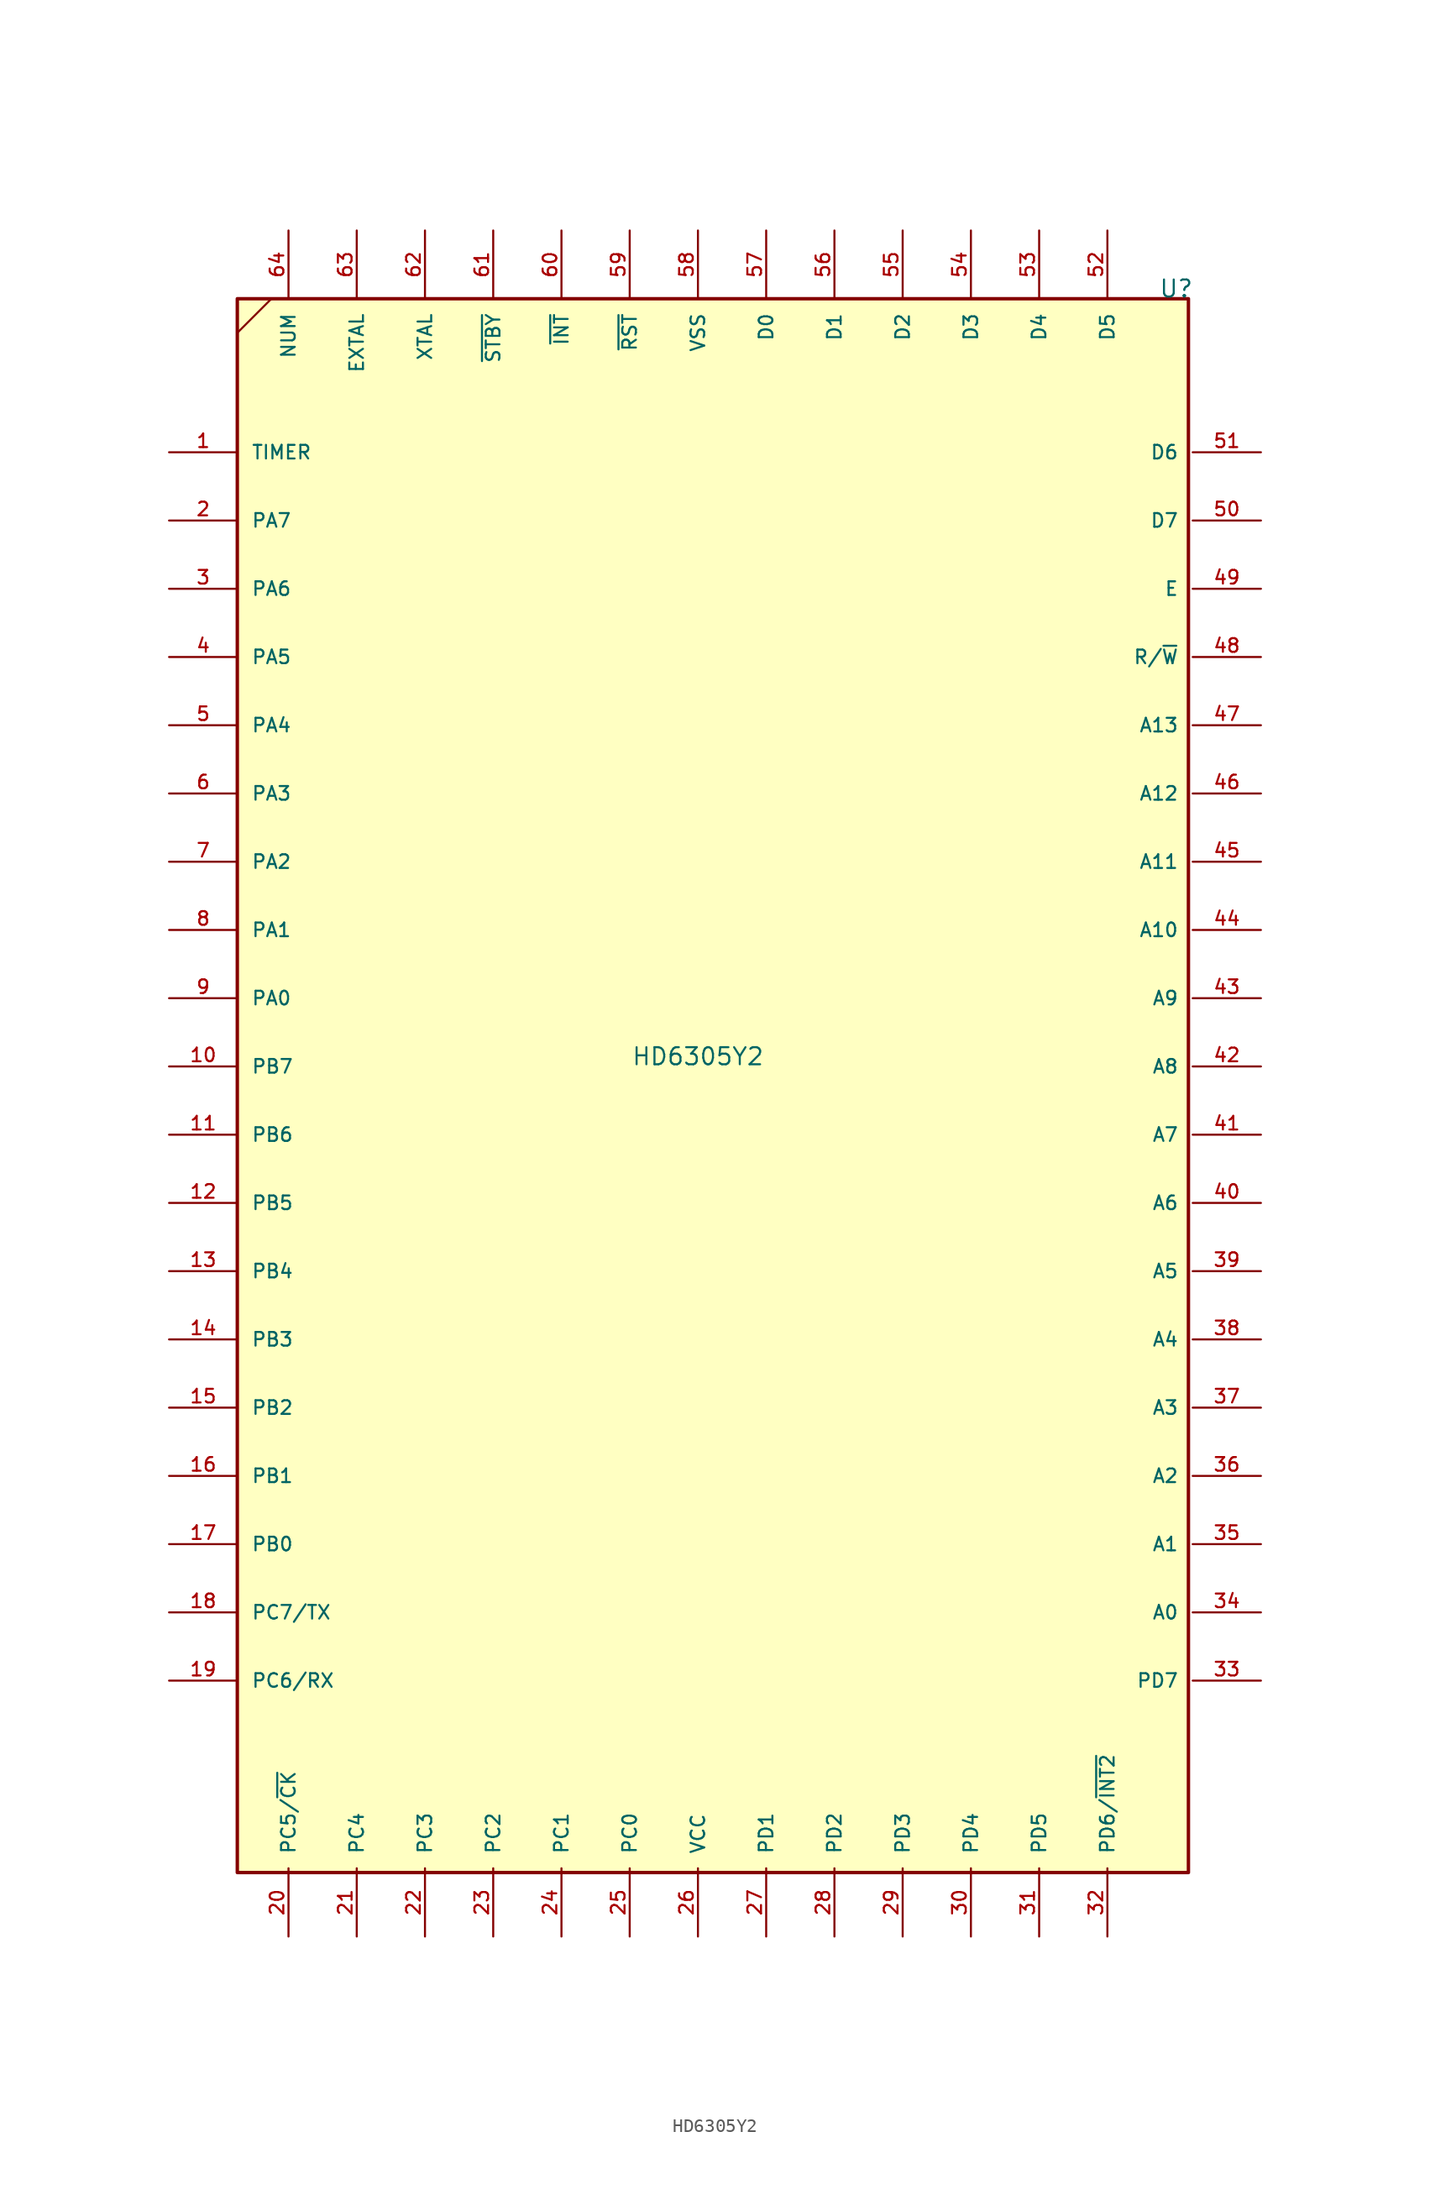
<source format=kicad_sym>
(kicad_symbol_lib
  (version 20211014)
  (generator kicad_symbol_editor)
  (symbol "HD6305Y2"
    (pin_names
      (offset 1.016))
    (property "Reference" "U"
      (at 34.29 57.15 0)
      (effects (font (size 1.27 1.27)) (justify left bottom)))
    (property "Value" "HD6305Y2"
      (at 0 0 0)
      (effects (font (size 1.27 1.27)) (justify bottom)))
    (symbol "HD6305Y2_0_0"
      (rectangle (start -34.29 57.15) (end 36.513 -60.008) (stroke (width 0.254) (type default) (color 0 0 0 0)) (fill (type background)))
      (pin input line (at -39.37 45.72 0) (length 5.08) (name "TIMER" (effects (font (size 1.016 1.016)))) (number "1" (effects (font (size 1.016 1.016)))))
      (pin bidirectional line (at -39.37 0 0) (length 5.08) (name "PB7" (effects (font (size 1.016 1.016)))) (number "10" (effects (font (size 1.016 1.016)))))
      (pin bidirectional line (at -39.37 -5.08 0) (length 5.08) (name "PB6" (effects (font (size 1.016 1.016)))) (number "11" (effects (font (size 1.016 1.016)))))
      (pin bidirectional line (at -39.37 -10.16 0) (length 5.08) (name "PB5" (effects (font (size 1.016 1.016)))) (number "12" (effects (font (size 1.016 1.016)))))
      (pin bidirectional line (at -39.37 -15.24 0) (length 5.08) (name "PB4" (effects (font (size 1.016 1.016)))) (number "13" (effects (font (size 1.016 1.016)))))
      (pin bidirectional line (at -39.37 -20.32 0) (length 5.08) (name "PB3" (effects (font (size 1.016 1.016)))) (number "14" (effects (font (size 1.016 1.016)))))
      (pin bidirectional line (at -39.37 -25.4 0) (length 5.08) (name "PB2" (effects (font (size 1.016 1.016)))) (number "15" (effects (font (size 1.016 1.016)))))
      (pin bidirectional line (at -39.37 -30.48 0) (length 5.08) (name "PB1" (effects (font (size 1.016 1.016)))) (number "16" (effects (font (size 1.016 1.016)))))
      (pin bidirectional line (at -39.37 -35.56 0) (length 5.08) (name "PB0" (effects (font (size 1.016 1.016)))) (number "17" (effects (font (size 1.016 1.016)))))
      (pin bidirectional line (at -39.37 -40.64 0) (length 5.08) (name "PC7/TX" (effects (font (size 1.016 1.016)))) (number "18" (effects (font (size 1.016 1.016)))))
      (pin bidirectional line (at -39.37 -45.72 0) (length 5.08) (name "PC6/RX" (effects (font (size 1.016 1.016)))) (number "19" (effects (font (size 1.016 1.016)))))
      (pin bidirectional line (at -39.37 40.64 0) (length 5.08) (name "PA7" (effects (font (size 1.016 1.016)))) (number "2" (effects (font (size 1.016 1.016)))))
      (pin bidirectional line (at -30.48 -64.77 90) (length 5.08) (name "PC5/~{CK}" (effects (font (size 1.016 1.016)))) (number "20" (effects (font (size 1.016 1.016)))))
      (pin bidirectional line (at -25.4 -64.77 90) (length 5.08) (name "PC4" (effects (font (size 1.016 1.016)))) (number "21" (effects (font (size 1.016 1.016)))))
      (pin bidirectional line (at -20.32 -64.77 90) (length 5.08) (name "PC3" (effects (font (size 1.016 1.016)))) (number "22" (effects (font (size 1.016 1.016)))))
      (pin bidirectional line (at -15.24 -64.77 90) (length 5.08) (name "PC2" (effects (font (size 1.016 1.016)))) (number "23" (effects (font (size 1.016 1.016)))))
      (pin bidirectional line (at -10.16 -64.77 90) (length 5.08) (name "PC1" (effects (font (size 1.016 1.016)))) (number "24" (effects (font (size 1.016 1.016)))))
      (pin bidirectional line (at -5.08 -64.77 90) (length 5.08) (name "PC0" (effects (font (size 1.016 1.016)))) (number "25" (effects (font (size 1.016 1.016)))))
      (pin power_in line (at 0 -64.77 90) (length 5.08) (name "VCC" (effects (font (size 1.016 1.016)))) (number "26" (effects (font (size 1.016 1.016)))))
      (pin input line (at 5.08 -64.77 90) (length 5.08) (name "PD1" (effects (font (size 1.016 1.016)))) (number "27" (effects (font (size 1.016 1.016)))))
      (pin input line (at 10.16 -64.77 90) (length 5.08) (name "PD2" (effects (font (size 1.016 1.016)))) (number "28" (effects (font (size 1.016 1.016)))))
      (pin input line (at 15.24 -64.77 90) (length 5.08) (name "PD3" (effects (font (size 1.016 1.016)))) (number "29" (effects (font (size 1.016 1.016)))))
      (pin bidirectional line (at -39.37 35.56 0) (length 5.08) (name "PA6" (effects (font (size 1.016 1.016)))) (number "3" (effects (font (size 1.016 1.016)))))
      (pin input line (at 20.32 -64.77 90) (length 5.08) (name "PD4" (effects (font (size 1.016 1.016)))) (number "30" (effects (font (size 1.016 1.016)))))
      (pin input line (at 25.4 -64.77 90) (length 5.08) (name "PD5" (effects (font (size 1.016 1.016)))) (number "31" (effects (font (size 1.016 1.016)))))
      (pin input line (at 30.48 -64.77 90) (length 5.08) (name "PD6/~{INT2}" (effects (font (size 1.016 1.016)))) (number "32" (effects (font (size 1.016 1.016)))))
      (pin input line (at 41.91 -45.72 180) (length 5.08) (name "PD7" (effects (font (size 1.016 1.016)))) (number "33" (effects (font (size 1.016 1.016)))))
      (pin output line (at 41.91 -40.64 180) (length 5.08) (name "A0" (effects (font (size 1.016 1.016)))) (number "34" (effects (font (size 1.016 1.016)))))
      (pin output line (at 41.91 -35.56 180) (length 5.08) (name "A1" (effects (font (size 1.016 1.016)))) (number "35" (effects (font (size 1.016 1.016)))))
      (pin output line (at 41.91 -30.48 180) (length 5.08) (name "A2" (effects (font (size 1.016 1.016)))) (number "36" (effects (font (size 1.016 1.016)))))
      (pin output line (at 41.91 -25.4 180) (length 5.08) (name "A3" (effects (font (size 1.016 1.016)))) (number "37" (effects (font (size 1.016 1.016)))))
      (pin output line (at 41.91 -20.32 180) (length 5.08) (name "A4" (effects (font (size 1.016 1.016)))) (number "38" (effects (font (size 1.016 1.016)))))
      (pin output line (at 41.91 -15.24 180) (length 5.08) (name "A5" (effects (font (size 1.016 1.016)))) (number "39" (effects (font (size 1.016 1.016)))))
      (pin bidirectional line (at -39.37 30.48 0) (length 5.08) (name "PA5" (effects (font (size 1.016 1.016)))) (number "4" (effects (font (size 1.016 1.016)))))
      (pin output line (at 41.91 -10.16 180) (length 5.08) (name "A6" (effects (font (size 1.016 1.016)))) (number "40" (effects (font (size 1.016 1.016)))))
      (pin output line (at 41.91 -5.08 180) (length 5.08) (name "A7" (effects (font (size 1.016 1.016)))) (number "41" (effects (font (size 1.016 1.016)))))
      (pin output line (at 41.91 0 180) (length 5.08) (name "A8" (effects (font (size 1.016 1.016)))) (number "42" (effects (font (size 1.016 1.016)))))
      (pin output line (at 41.91 5.08 180) (length 5.08) (name "A9" (effects (font (size 1.016 1.016)))) (number "43" (effects (font (size 1.016 1.016)))))
      (pin output line (at 41.91 10.16 180) (length 5.08) (name "A10" (effects (font (size 1.016 1.016)))) (number "44" (effects (font (size 1.016 1.016)))))
      (pin output line (at 41.91 15.24 180) (length 5.08) (name "A11" (effects (font (size 1.016 1.016)))) (number "45" (effects (font (size 1.016 1.016)))))
      (pin output line (at 41.91 20.32 180) (length 5.08) (name "A12" (effects (font (size 1.016 1.016)))) (number "46" (effects (font (size 1.016 1.016)))))
      (pin output line (at 41.91 25.4 180) (length 5.08) (name "A13" (effects (font (size 1.016 1.016)))) (number "47" (effects (font (size 1.016 1.016)))))
      (pin output line (at 41.91 30.48 180) (length 5.08) (name "R/~{W}" (effects (font (size 1.016 1.016)))) (number "48" (effects (font (size 1.016 1.016)))))
      (pin output line (at 41.91 35.56 180) (length 5.08) (name "E" (effects (font (size 1.016 1.016)))) (number "49" (effects (font (size 1.016 1.016)))))
      (pin bidirectional line (at -39.37 25.4 0) (length 5.08) (name "PA4" (effects (font (size 1.016 1.016)))) (number "5" (effects (font (size 1.016 1.016)))))
      (pin bidirectional line (at 41.91 40.64 180) (length 5.08) (name "D7" (effects (font (size 1.016 1.016)))) (number "50" (effects (font (size 1.016 1.016)))))
      (pin bidirectional line (at 41.91 45.72 180) (length 5.08) (name "D6" (effects (font (size 1.016 1.016)))) (number "51" (effects (font (size 1.016 1.016)))))
      (pin bidirectional line (at 30.48 62.23 270) (length 5.08) (name "D5" (effects (font (size 1.016 1.016)))) (number "52" (effects (font (size 1.016 1.016)))))
      (pin bidirectional line (at 25.4 62.23 270) (length 5.08) (name "D4" (effects (font (size 1.016 1.016)))) (number "53" (effects (font (size 1.016 1.016)))))
      (pin bidirectional line (at 20.32 62.23 270) (length 5.08) (name "D3" (effects (font (size 1.016 1.016)))) (number "54" (effects (font (size 1.016 1.016)))))
      (pin bidirectional line (at 15.24 62.23 270) (length 5.08) (name "D2" (effects (font (size 1.016 1.016)))) (number "55" (effects (font (size 1.016 1.016)))))
      (pin bidirectional line (at 10.16 62.23 270) (length 5.08) (name "D1" (effects (font (size 1.016 1.016)))) (number "56" (effects (font (size 1.016 1.016)))))
      (pin bidirectional line (at 5.08 62.23 270) (length 5.08) (name "D0" (effects (font (size 1.016 1.016)))) (number "57" (effects (font (size 1.016 1.016)))))
      (pin power_in line (at 0 62.23 270) (length 5.08) (name "VSS" (effects (font (size 1.016 1.016)))) (number "58" (effects (font (size 1.016 1.016)))))
      (pin input line (at -5.08 62.23 270) (length 5.08) (name "~{RST}" (effects (font (size 1.016 1.016)))) (number "59" (effects (font (size 1.016 1.016)))))
      (pin bidirectional line (at -39.37 20.32 0) (length 5.08) (name "PA3" (effects (font (size 1.016 1.016)))) (number "6" (effects (font (size 1.016 1.016)))))
      (pin input line (at -10.16 62.23 270) (length 5.08) (name "~{INT}" (effects (font (size 1.016 1.016)))) (number "60" (effects (font (size 1.016 1.016)))))
      (pin input line (at -15.24 62.23 270) (length 5.08) (name "~{STBY}" (effects (font (size 1.016 1.016)))) (number "61" (effects (font (size 1.016 1.016)))))
      (pin bidirectional line (at -20.32 62.23 270) (length 5.08) (name "XTAL" (effects (font (size 1.016 1.016)))) (number "62" (effects (font (size 1.016 1.016)))))
      (pin input line (at -25.4 62.23 270) (length 5.08) (name "EXTAL" (effects (font (size 1.016 1.016)))) (number "63" (effects (font (size 1.016 1.016)))))
      (pin bidirectional line (at -30.48 62.23 270) (length 5.08) (name "NUM" (effects (font (size 1.016 1.016)))) (number "64" (effects (font (size 1.016 1.016)))))
      (pin bidirectional line (at -39.37 15.24 0) (length 5.08) (name "PA2" (effects (font (size 1.016 1.016)))) (number "7" (effects (font (size 1.016 1.016)))))
      (pin bidirectional line (at -39.37 10.16 0) (length 5.08) (name "PA1" (effects (font (size 1.016 1.016)))) (number "8" (effects (font (size 1.016 1.016)))))
      (pin bidirectional line (at -39.37 5.08 0) (length 5.08) (name "PA0" (effects (font (size 1.016 1.016)))) (number "9" (effects (font (size 1.016 1.016))))))
    (symbol "HD6305Y2_0_1"
      (polyline (pts (xy -31.75 57.15) (xy -34.29 54.61)) (stroke (width 0.152) (type default) (color 0 0 0 0)) (fill (type none))))))
</source>
